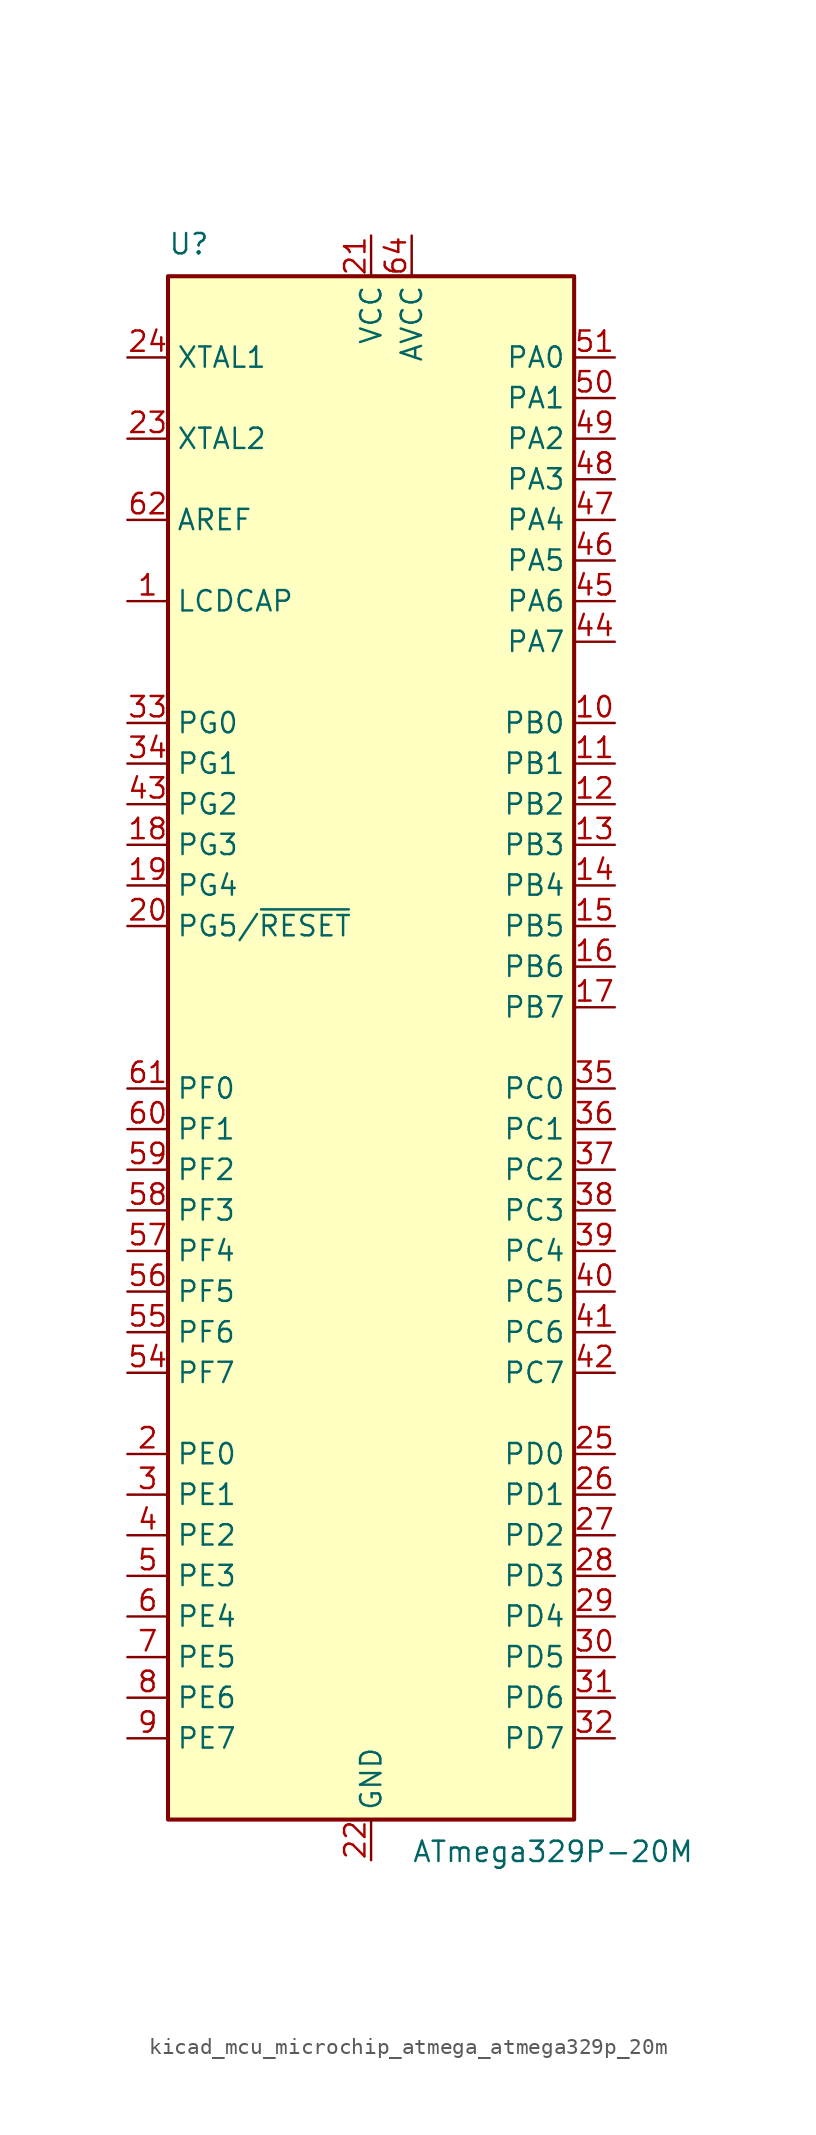
<source format=kicad_sym>
(kicad_symbol_lib
  (version 20220914)
  (generator kicad_symbol_editor)
  (symbol "kicad_mcu_microchip_atmega_atmega329p_20m"
    (property "Reference" "U"
      (at -12.7 49.53 0)
      (effects (font (size 1.27 1.27)) (justify left bottom)))
    (property "Value" "ATmega329P-20M"
      (at 2.54 -49.53 0)
      (effects (font (size 1.27 1.27)) (justify left top)))
    (symbol "kicad_mcu_microchip_atmega_atmega329p_20m_0_1"
      (rectangle (start -12.7 -48.26) (end 12.7 48.26) (stroke (width 0.254) (type default)) (fill (type background))))
    (symbol "kicad_mcu_microchip_atmega_atmega329p_20m_1_1"
      (pin passive line (at -15.24 27.94 0) (length 2.54) (name "LCDCAP" (effects (font (size 1.27 1.27)))) (number "1" (effects (font (size 1.27 1.27)))))
      (pin bidirectional line (at 15.24 20.32 180) (length 2.54) (name "PB0" (effects (font (size 1.27 1.27)))) (number "10" (effects (font (size 1.27 1.27)))))
      (pin bidirectional line (at 15.24 17.78 180) (length 2.54) (name "PB1" (effects (font (size 1.27 1.27)))) (number "11" (effects (font (size 1.27 1.27)))))
      (pin bidirectional line (at 15.24 15.24 180) (length 2.54) (name "PB2" (effects (font (size 1.27 1.27)))) (number "12" (effects (font (size 1.27 1.27)))))
      (pin bidirectional line (at 15.24 12.7 180) (length 2.54) (name "PB3" (effects (font (size 1.27 1.27)))) (number "13" (effects (font (size 1.27 1.27)))))
      (pin bidirectional line (at 15.24 10.16 180) (length 2.54) (name "PB4" (effects (font (size 1.27 1.27)))) (number "14" (effects (font (size 1.27 1.27)))))
      (pin bidirectional line (at 15.24 7.62 180) (length 2.54) (name "PB5" (effects (font (size 1.27 1.27)))) (number "15" (effects (font (size 1.27 1.27)))))
      (pin bidirectional line (at 15.24 5.08 180) (length 2.54) (name "PB6" (effects (font (size 1.27 1.27)))) (number "16" (effects (font (size 1.27 1.27)))))
      (pin bidirectional line (at 15.24 2.54 180) (length 2.54) (name "PB7" (effects (font (size 1.27 1.27)))) (number "17" (effects (font (size 1.27 1.27)))))
      (pin bidirectional line (at -15.24 12.7 0) (length 2.54) (name "PG3" (effects (font (size 1.27 1.27)))) (number "18" (effects (font (size 1.27 1.27)))))
      (pin bidirectional line (at -15.24 10.16 0) (length 2.54) (name "PG4" (effects (font (size 1.27 1.27)))) (number "19" (effects (font (size 1.27 1.27)))))
      (pin bidirectional line (at -15.24 -25.4 0) (length 2.54) (name "PE0" (effects (font (size 1.27 1.27)))) (number "2" (effects (font (size 1.27 1.27)))))
      (pin bidirectional line (at -15.24 7.62 0) (length 2.54) (name "PG5/~{RESET}" (effects (font (size 1.27 1.27)))) (number "20" (effects (font (size 1.27 1.27)))))
      (pin power_in line (at 0 50.8 270) (length 2.54) (name "VCC" (effects (font (size 1.27 1.27)))) (number "21" (effects (font (size 1.27 1.27)))))
      (pin power_in line (at 0 -50.8 90) (length 2.54) (name "GND" (effects (font (size 1.27 1.27)))) (number "22" (effects (font (size 1.27 1.27)))))
      (pin output line (at -15.24 38.1 0) (length 2.54) (name "XTAL2" (effects (font (size 1.27 1.27)))) (number "23" (effects (font (size 1.27 1.27)))))
      (pin input line (at -15.24 43.18 0) (length 2.54) (name "XTAL1" (effects (font (size 1.27 1.27)))) (number "24" (effects (font (size 1.27 1.27)))))
      (pin bidirectional line (at 15.24 -25.4 180) (length 2.54) (name "PD0" (effects (font (size 1.27 1.27)))) (number "25" (effects (font (size 1.27 1.27)))))
      (pin bidirectional line (at 15.24 -27.94 180) (length 2.54) (name "PD1" (effects (font (size 1.27 1.27)))) (number "26" (effects (font (size 1.27 1.27)))))
      (pin bidirectional line (at 15.24 -30.48 180) (length 2.54) (name "PD2" (effects (font (size 1.27 1.27)))) (number "27" (effects (font (size 1.27 1.27)))))
      (pin bidirectional line (at 15.24 -33.02 180) (length 2.54) (name "PD3" (effects (font (size 1.27 1.27)))) (number "28" (effects (font (size 1.27 1.27)))))
      (pin bidirectional line (at 15.24 -35.56 180) (length 2.54) (name "PD4" (effects (font (size 1.27 1.27)))) (number "29" (effects (font (size 1.27 1.27)))))
      (pin bidirectional line (at -15.24 -27.94 0) (length 2.54) (name "PE1" (effects (font (size 1.27 1.27)))) (number "3" (effects (font (size 1.27 1.27)))))
      (pin bidirectional line (at 15.24 -38.1 180) (length 2.54) (name "PD5" (effects (font (size 1.27 1.27)))) (number "30" (effects (font (size 1.27 1.27)))))
      (pin bidirectional line (at 15.24 -40.64 180) (length 2.54) (name "PD6" (effects (font (size 1.27 1.27)))) (number "31" (effects (font (size 1.27 1.27)))))
      (pin bidirectional line (at 15.24 -43.18 180) (length 2.54) (name "PD7" (effects (font (size 1.27 1.27)))) (number "32" (effects (font (size 1.27 1.27)))))
      (pin bidirectional line (at -15.24 20.32 0) (length 2.54) (name "PG0" (effects (font (size 1.27 1.27)))) (number "33" (effects (font (size 1.27 1.27)))))
      (pin bidirectional line (at -15.24 17.78 0) (length 2.54) (name "PG1" (effects (font (size 1.27 1.27)))) (number "34" (effects (font (size 1.27 1.27)))))
      (pin bidirectional line (at 15.24 -2.54 180) (length 2.54) (name "PC0" (effects (font (size 1.27 1.27)))) (number "35" (effects (font (size 1.27 1.27)))))
      (pin bidirectional line (at 15.24 -5.08 180) (length 2.54) (name "PC1" (effects (font (size 1.27 1.27)))) (number "36" (effects (font (size 1.27 1.27)))))
      (pin bidirectional line (at 15.24 -7.62 180) (length 2.54) (name "PC2" (effects (font (size 1.27 1.27)))) (number "37" (effects (font (size 1.27 1.27)))))
      (pin bidirectional line (at 15.24 -10.16 180) (length 2.54) (name "PC3" (effects (font (size 1.27 1.27)))) (number "38" (effects (font (size 1.27 1.27)))))
      (pin bidirectional line (at 15.24 -12.7 180) (length 2.54) (name "PC4" (effects (font (size 1.27 1.27)))) (number "39" (effects (font (size 1.27 1.27)))))
      (pin bidirectional line (at -15.24 -30.48 0) (length 2.54) (name "PE2" (effects (font (size 1.27 1.27)))) (number "4" (effects (font (size 1.27 1.27)))))
      (pin bidirectional line (at 15.24 -15.24 180) (length 2.54) (name "PC5" (effects (font (size 1.27 1.27)))) (number "40" (effects (font (size 1.27 1.27)))))
      (pin bidirectional line (at 15.24 -17.78 180) (length 2.54) (name "PC6" (effects (font (size 1.27 1.27)))) (number "41" (effects (font (size 1.27 1.27)))))
      (pin bidirectional line (at 15.24 -20.32 180) (length 2.54) (name "PC7" (effects (font (size 1.27 1.27)))) (number "42" (effects (font (size 1.27 1.27)))))
      (pin bidirectional line (at -15.24 15.24 0) (length 2.54) (name "PG2" (effects (font (size 1.27 1.27)))) (number "43" (effects (font (size 1.27 1.27)))))
      (pin bidirectional line (at 15.24 25.4 180) (length 2.54) (name "PA7" (effects (font (size 1.27 1.27)))) (number "44" (effects (font (size 1.27 1.27)))))
      (pin bidirectional line (at 15.24 27.94 180) (length 2.54) (name "PA6" (effects (font (size 1.27 1.27)))) (number "45" (effects (font (size 1.27 1.27)))))
      (pin bidirectional line (at 15.24 30.48 180) (length 2.54) (name "PA5" (effects (font (size 1.27 1.27)))) (number "46" (effects (font (size 1.27 1.27)))))
      (pin bidirectional line (at 15.24 33.02 180) (length 2.54) (name "PA4" (effects (font (size 1.27 1.27)))) (number "47" (effects (font (size 1.27 1.27)))))
      (pin bidirectional line (at 15.24 35.56 180) (length 2.54) (name "PA3" (effects (font (size 1.27 1.27)))) (number "48" (effects (font (size 1.27 1.27)))))
      (pin bidirectional line (at 15.24 38.1 180) (length 2.54) (name "PA2" (effects (font (size 1.27 1.27)))) (number "49" (effects (font (size 1.27 1.27)))))
      (pin bidirectional line (at -15.24 -33.02 0) (length 2.54) (name "PE3" (effects (font (size 1.27 1.27)))) (number "5" (effects (font (size 1.27 1.27)))))
      (pin bidirectional line (at 15.24 40.64 180) (length 2.54) (name "PA1" (effects (font (size 1.27 1.27)))) (number "50" (effects (font (size 1.27 1.27)))))
      (pin bidirectional line (at 15.24 43.18 180) (length 2.54) (name "PA0" (effects (font (size 1.27 1.27)))) (number "51" (effects (font (size 1.27 1.27)))))
      (pin passive line (at 0 50.8 270) (length 2.54) hide (name "VCC" (effects (font (size 1.27 1.27)))) (number "52" (effects (font (size 1.27 1.27)))))
      (pin passive line (at 0 -50.8 90) (length 2.54) hide (name "GND" (effects (font (size 1.27 1.27)))) (number "53" (effects (font (size 1.27 1.27)))))
      (pin bidirectional line (at -15.24 -20.32 0) (length 2.54) (name "PF7" (effects (font (size 1.27 1.27)))) (number "54" (effects (font (size 1.27 1.27)))))
      (pin bidirectional line (at -15.24 -17.78 0) (length 2.54) (name "PF6" (effects (font (size 1.27 1.27)))) (number "55" (effects (font (size 1.27 1.27)))))
      (pin bidirectional line (at -15.24 -15.24 0) (length 2.54) (name "PF5" (effects (font (size 1.27 1.27)))) (number "56" (effects (font (size 1.27 1.27)))))
      (pin bidirectional line (at -15.24 -12.7 0) (length 2.54) (name "PF4" (effects (font (size 1.27 1.27)))) (number "57" (effects (font (size 1.27 1.27)))))
      (pin bidirectional line (at -15.24 -10.16 0) (length 2.54) (name "PF3" (effects (font (size 1.27 1.27)))) (number "58" (effects (font (size 1.27 1.27)))))
      (pin bidirectional line (at -15.24 -7.62 0) (length 2.54) (name "PF2" (effects (font (size 1.27 1.27)))) (number "59" (effects (font (size 1.27 1.27)))))
      (pin bidirectional line (at -15.24 -35.56 0) (length 2.54) (name "PE4" (effects (font (size 1.27 1.27)))) (number "6" (effects (font (size 1.27 1.27)))))
      (pin bidirectional line (at -15.24 -5.08 0) (length 2.54) (name "PF1" (effects (font (size 1.27 1.27)))) (number "60" (effects (font (size 1.27 1.27)))))
      (pin bidirectional line (at -15.24 -2.54 0) (length 2.54) (name "PF0" (effects (font (size 1.27 1.27)))) (number "61" (effects (font (size 1.27 1.27)))))
      (pin passive line (at -15.24 33.02 0) (length 2.54) (name "AREF" (effects (font (size 1.27 1.27)))) (number "62" (effects (font (size 1.27 1.27)))))
      (pin passive line (at 0 -50.8 90) (length 2.54) hide (name "GND" (effects (font (size 1.27 1.27)))) (number "63" (effects (font (size 1.27 1.27)))))
      (pin power_in line (at 2.54 50.8 270) (length 2.54) (name "AVCC" (effects (font (size 1.27 1.27)))) (number "64" (effects (font (size 1.27 1.27)))))
      (pin passive line (at 0 -50.8 90) (length 2.54) hide (name "GND" (effects (font (size 1.27 1.27)))) (number "65" (effects (font (size 1.27 1.27)))))
      (pin bidirectional line (at -15.24 -38.1 0) (length 2.54) (name "PE5" (effects (font (size 1.27 1.27)))) (number "7" (effects (font (size 1.27 1.27)))))
      (pin bidirectional line (at -15.24 -40.64 0) (length 2.54) (name "PE6" (effects (font (size 1.27 1.27)))) (number "8" (effects (font (size 1.27 1.27)))))
      (pin bidirectional line (at -15.24 -43.18 0) (length 2.54) (name "PE7" (effects (font (size 1.27 1.27)))) (number "9" (effects (font (size 1.27 1.27))))))))
</source>
